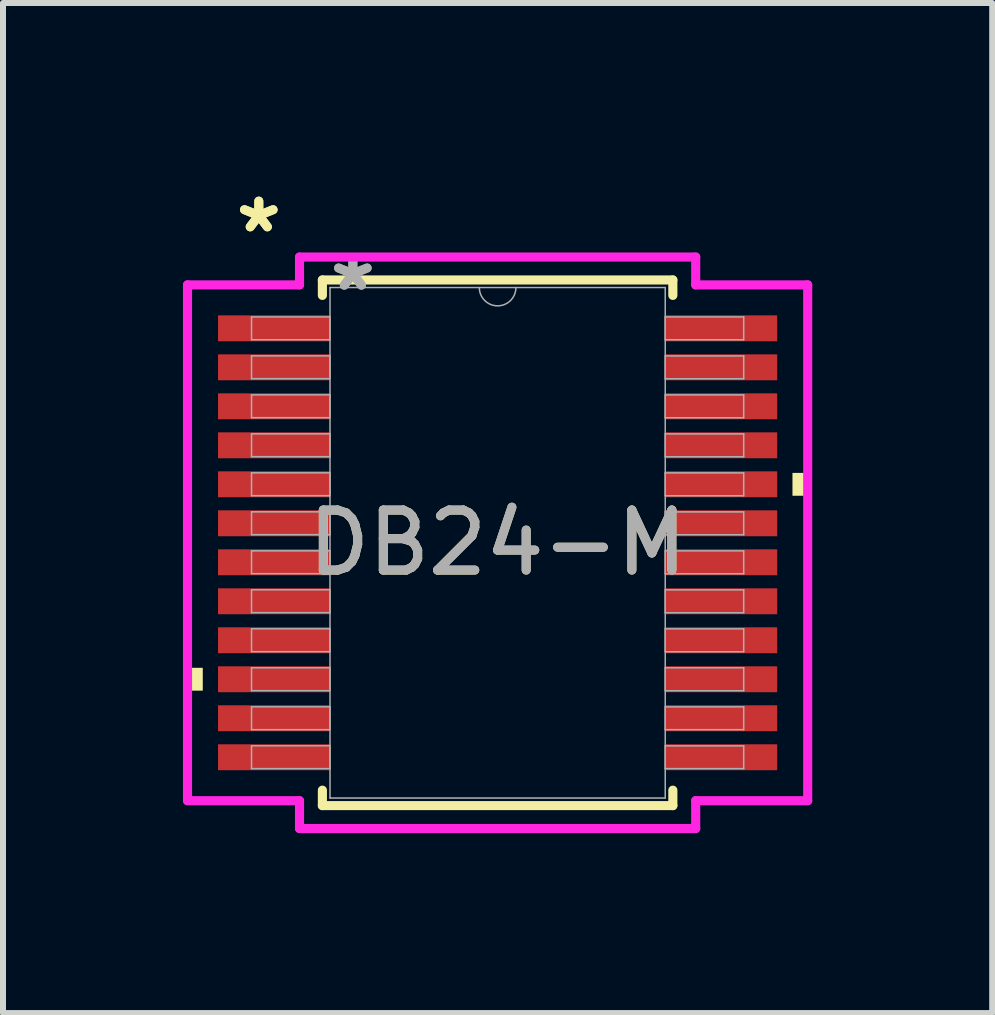
<source format=kicad_pcb>
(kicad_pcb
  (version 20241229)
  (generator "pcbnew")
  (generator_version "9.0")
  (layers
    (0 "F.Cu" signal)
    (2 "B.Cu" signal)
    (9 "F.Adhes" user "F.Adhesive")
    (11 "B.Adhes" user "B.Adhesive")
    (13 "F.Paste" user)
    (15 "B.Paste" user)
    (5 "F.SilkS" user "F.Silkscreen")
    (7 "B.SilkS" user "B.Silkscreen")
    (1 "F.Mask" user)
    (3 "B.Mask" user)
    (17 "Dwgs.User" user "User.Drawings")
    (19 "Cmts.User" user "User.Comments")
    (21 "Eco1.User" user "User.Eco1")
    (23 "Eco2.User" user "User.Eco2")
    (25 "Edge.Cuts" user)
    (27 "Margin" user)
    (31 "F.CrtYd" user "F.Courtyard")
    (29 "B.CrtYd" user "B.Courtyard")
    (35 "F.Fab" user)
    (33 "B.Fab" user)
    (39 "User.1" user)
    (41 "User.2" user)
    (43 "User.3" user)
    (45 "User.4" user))
  (footprint "DB24-M"
    (layer "F.Cu")
    (at 5.245 5.998)
    (property "Reference" "DB24-M" (at 0 0 0) (unlocked yes) (layer "F.SilkS") (effects (font (size 1 1) (thickness 0.15))))
    (attr smd)
    (fp_line (start -2.921 -4.381) (end -2.921 -4.124) (stroke (width 0.152) (type solid)) (layer "F.SilkS"))
    (fp_line (start -2.921 4.124) (end -2.921 4.381) (stroke (width 0.152) (type solid)) (layer "F.SilkS"))
    (fp_line (start -2.921 4.381) (end 2.921 4.381) (stroke (width 0.152) (type solid)) (layer "F.SilkS"))
    (fp_line (start 2.921 -4.381) (end -2.921 -4.381) (stroke (width 0.152) (type solid)) (layer "F.SilkS"))
    (fp_line (start 2.921 -4.124) (end 2.921 -4.381) (stroke (width 0.152) (type solid)) (layer "F.SilkS"))
    (fp_line (start 2.921 4.381) (end 2.921 4.124) (stroke (width 0.152) (type solid)) (layer "F.SilkS"))
    (fp_poly (pts (xy -5.169 2.084) (xy -5.169 2.465) (xy -4.915 2.465) (xy -4.915 2.084)) (stroke (width 0) (type solid)) (fill yes) (layer "F.SilkS"))
    (fp_poly (pts (xy 5.169 -1.165) (xy 5.169 -0.784) (xy 4.915 -0.784) (xy 4.915 -1.165)) (stroke (width 0) (type solid)) (fill yes) (layer "F.SilkS"))
    (fp_line (start -5.169 -4.299) (end -3.302 -4.299) (stroke (width 0.152) (type solid)) (layer "F.CrtYd"))
    (fp_line (start -5.169 4.299) (end -5.169 -4.299) (stroke (width 0.152) (type solid)) (layer "F.CrtYd"))
    (fp_line (start -5.169 4.299) (end -3.302 4.299) (stroke (width 0.152) (type solid)) (layer "F.CrtYd"))
    (fp_line (start -3.302 -4.763) (end 3.302 -4.763) (stroke (width 0.152) (type solid)) (layer "F.CrtYd"))
    (fp_line (start -3.302 -4.299) (end -3.302 -4.763) (stroke (width 0.152) (type solid)) (layer "F.CrtYd"))
    (fp_line (start -3.302 4.763) (end -3.302 4.299) (stroke (width 0.152) (type solid)) (layer "F.CrtYd"))
    (fp_line (start 3.302 -4.763) (end 3.302 -4.299) (stroke (width 0.152) (type solid)) (layer "F.CrtYd"))
    (fp_line (start 3.302 4.299) (end 3.302 4.763) (stroke (width 0.152) (type solid)) (layer "F.CrtYd"))
    (fp_line (start 3.302 4.763) (end -3.302 4.763) (stroke (width 0.152) (type solid)) (layer "F.CrtYd"))
    (fp_line (start 5.169 -4.299) (end 3.302 -4.299) (stroke (width 0.152) (type solid)) (layer "F.CrtYd"))
    (fp_line (start 5.169 -4.299) (end 5.169 4.299) (stroke (width 0.152) (type solid)) (layer "F.CrtYd"))
    (fp_line (start 5.169 4.299) (end 3.302 4.299) (stroke (width 0.152) (type solid)) (layer "F.CrtYd"))
    (fp_line (start -4.102 -3.765) (end -4.102 -3.385) (stroke (width 0.025) (type solid)) (layer "F.Fab"))
    (fp_line (start -4.102 -3.385) (end -2.794 -3.385) (stroke (width 0.025) (type solid)) (layer "F.Fab"))
    (fp_line (start -4.102 -3.116) (end -4.102 -2.735) (stroke (width 0.025) (type solid)) (layer "F.Fab"))
    (fp_line (start -4.102 -2.735) (end -2.794 -2.735) (stroke (width 0.025) (type solid)) (layer "F.Fab"))
    (fp_line (start -4.102 -2.466) (end -4.102 -2.085) (stroke (width 0.025) (type solid)) (layer "F.Fab"))
    (fp_line (start -4.102 -2.085) (end -2.794 -2.085) (stroke (width 0.025) (type solid)) (layer "F.Fab"))
    (fp_line (start -4.102 -1.816) (end -4.102 -1.435) (stroke (width 0.025) (type solid)) (layer "F.Fab"))
    (fp_line (start -4.102 -1.435) (end -2.794 -1.435) (stroke (width 0.025) (type solid)) (layer "F.Fab"))
    (fp_line (start -4.102 -1.166) (end -4.102 -0.785) (stroke (width 0.025) (type solid)) (layer "F.Fab"))
    (fp_line (start -4.102 -0.785) (end -2.794 -0.785) (stroke (width 0.025) (type solid)) (layer "F.Fab"))
    (fp_line (start -4.102 -0.516) (end -4.102 -0.135) (stroke (width 0.025) (type solid)) (layer "F.Fab"))
    (fp_line (start -4.102 -0.135) (end -2.794 -0.135) (stroke (width 0.025) (type solid)) (layer "F.Fab"))
    (fp_line (start -4.102 0.134) (end -4.102 0.515) (stroke (width 0.025) (type solid)) (layer "F.Fab"))
    (fp_line (start -4.102 0.515) (end -2.794 0.515) (stroke (width 0.025) (type solid)) (layer "F.Fab"))
    (fp_line (start -4.102 0.784) (end -4.102 1.165) (stroke (width 0.025) (type solid)) (layer "F.Fab"))
    (fp_line (start -4.102 1.165) (end -2.794 1.165) (stroke (width 0.025) (type solid)) (layer "F.Fab"))
    (fp_line (start -4.102 1.434) (end -4.102 1.815) (stroke (width 0.025) (type solid)) (layer "F.Fab"))
    (fp_line (start -4.102 1.815) (end -2.794 1.815) (stroke (width 0.025) (type solid)) (layer "F.Fab"))
    (fp_line (start -4.102 2.084) (end -4.102 2.465) (stroke (width 0.025) (type solid)) (layer "F.Fab"))
    (fp_line (start -4.102 2.465) (end -2.794 2.465) (stroke (width 0.025) (type solid)) (layer "F.Fab"))
    (fp_line (start -4.102 2.734) (end -4.102 3.115) (stroke (width 0.025) (type solid)) (layer "F.Fab"))
    (fp_line (start -4.102 3.115) (end -2.794 3.115) (stroke (width 0.025) (type solid)) (layer "F.Fab"))
    (fp_line (start -4.102 3.384) (end -4.102 3.765) (stroke (width 0.025) (type solid)) (layer "F.Fab"))
    (fp_line (start -4.102 3.765) (end -2.794 3.765) (stroke (width 0.025) (type solid)) (layer "F.Fab"))
    (fp_line (start -2.794 -4.255) (end -2.794 4.255) (stroke (width 0.025) (type solid)) (layer "F.Fab"))
    (fp_line (start -2.794 -3.765) (end -4.102 -3.765) (stroke (width 0.025) (type solid)) (layer "F.Fab"))
    (fp_line (start -2.794 -3.385) (end -2.794 -3.765) (stroke (width 0.025) (type solid)) (layer "F.Fab"))
    (fp_line (start -2.794 -3.116) (end -4.102 -3.116) (stroke (width 0.025) (type solid)) (layer "F.Fab"))
    (fp_line (start -2.794 -2.735) (end -2.794 -3.116) (stroke (width 0.025) (type solid)) (layer "F.Fab"))
    (fp_line (start -2.794 -2.466) (end -4.102 -2.466) (stroke (width 0.025) (type solid)) (layer "F.Fab"))
    (fp_line (start -2.794 -2.085) (end -2.794 -2.466) (stroke (width 0.025) (type solid)) (layer "F.Fab"))
    (fp_line (start -2.794 -1.816) (end -4.102 -1.816) (stroke (width 0.025) (type solid)) (layer "F.Fab"))
    (fp_line (start -2.794 -1.435) (end -2.794 -1.816) (stroke (width 0.025) (type solid)) (layer "F.Fab"))
    (fp_line (start -2.794 -1.166) (end -4.102 -1.166) (stroke (width 0.025) (type solid)) (layer "F.Fab"))
    (fp_line (start -2.794 -0.785) (end -2.794 -1.166) (stroke (width 0.025) (type solid)) (layer "F.Fab"))
    (fp_line (start -2.794 -0.516) (end -4.102 -0.516) (stroke (width 0.025) (type solid)) (layer "F.Fab"))
    (fp_line (start -2.794 -0.135) (end -2.794 -0.516) (stroke (width 0.025) (type solid)) (layer "F.Fab"))
    (fp_line (start -2.794 0.134) (end -4.102 0.134) (stroke (width 0.025) (type solid)) (layer "F.Fab"))
    (fp_line (start -2.794 0.515) (end -2.794 0.134) (stroke (width 0.025) (type solid)) (layer "F.Fab"))
    (fp_line (start -2.794 0.784) (end -4.102 0.784) (stroke (width 0.025) (type solid)) (layer "F.Fab"))
    (fp_line (start -2.794 1.165) (end -2.794 0.784) (stroke (width 0.025) (type solid)) (layer "F.Fab"))
    (fp_line (start -2.794 1.434) (end -4.102 1.434) (stroke (width 0.025) (type solid)) (layer "F.Fab"))
    (fp_line (start -2.794 1.815) (end -2.794 1.434) (stroke (width 0.025) (type solid)) (layer "F.Fab"))
    (fp_line (start -2.794 2.084) (end -4.102 2.084) (stroke (width 0.025) (type solid)) (layer "F.Fab"))
    (fp_line (start -2.794 2.465) (end -2.794 2.084) (stroke (width 0.025) (type solid)) (layer "F.Fab"))
    (fp_line (start -2.794 2.734) (end -4.102 2.734) (stroke (width 0.025) (type solid)) (layer "F.Fab"))
    (fp_line (start -2.794 3.115) (end -2.794 2.734) (stroke (width 0.025) (type solid)) (layer "F.Fab"))
    (fp_line (start -2.794 3.384) (end -4.102 3.384) (stroke (width 0.025) (type solid)) (layer "F.Fab"))
    (fp_line (start -2.794 3.765) (end -2.794 3.384) (stroke (width 0.025) (type solid)) (layer "F.Fab"))
    (fp_line (start -2.794 4.255) (end 2.794 4.255) (stroke (width 0.025) (type solid)) (layer "F.Fab"))
    (fp_line (start 2.794 -4.255) (end -2.794 -4.255) (stroke (width 0.025) (type solid)) (layer "F.Fab"))
    (fp_line (start 2.794 -3.765) (end 2.794 -3.384) (stroke (width 0.025) (type solid)) (layer "F.Fab"))
    (fp_line (start 2.794 -3.384) (end 4.102 -3.384) (stroke (width 0.025) (type solid)) (layer "F.Fab"))
    (fp_line (start 2.794 -3.115) (end 2.794 -2.734) (stroke (width 0.025) (type solid)) (layer "F.Fab"))
    (fp_line (start 2.794 -2.734) (end 4.102 -2.734) (stroke (width 0.025) (type solid)) (layer "F.Fab"))
    (fp_line (start 2.794 -2.465) (end 2.794 -2.084) (stroke (width 0.025) (type solid)) (layer "F.Fab"))
    (fp_line (start 2.794 -2.084) (end 4.102 -2.084) (stroke (width 0.025) (type solid)) (layer "F.Fab"))
    (fp_line (start 2.794 -1.815) (end 2.794 -1.434) (stroke (width 0.025) (type solid)) (layer "F.Fab"))
    (fp_line (start 2.794 -1.434) (end 4.102 -1.434) (stroke (width 0.025) (type solid)) (layer "F.Fab"))
    (fp_line (start 2.794 -1.165) (end 2.794 -0.784) (stroke (width 0.025) (type solid)) (layer "F.Fab"))
    (fp_line (start 2.794 -0.784) (end 4.102 -0.784) (stroke (width 0.025) (type solid)) (layer "F.Fab"))
    (fp_line (start 2.794 -0.515) (end 2.794 -0.134) (stroke (width 0.025) (type solid)) (layer "F.Fab"))
    (fp_line (start 2.794 -0.134) (end 4.102 -0.134) (stroke (width 0.025) (type solid)) (layer "F.Fab"))
    (fp_line (start 2.794 0.135) (end 2.794 0.516) (stroke (width 0.025) (type solid)) (layer "F.Fab"))
    (fp_line (start 2.794 0.516) (end 4.102 0.516) (stroke (width 0.025) (type solid)) (layer "F.Fab"))
    (fp_line (start 2.794 0.785) (end 2.794 1.166) (stroke (width 0.025) (type solid)) (layer "F.Fab"))
    (fp_line (start 2.794 1.166) (end 4.102 1.166) (stroke (width 0.025) (type solid)) (layer "F.Fab"))
    (fp_line (start 2.794 1.435) (end 2.794 1.816) (stroke (width 0.025) (type solid)) (layer "F.Fab"))
    (fp_line (start 2.794 1.816) (end 4.102 1.816) (stroke (width 0.025) (type solid)) (layer "F.Fab"))
    (fp_line (start 2.794 2.084) (end 2.794 2.466) (stroke (width 0.025) (type solid)) (layer "F.Fab"))
    (fp_line (start 2.794 2.466) (end 4.102 2.466) (stroke (width 0.025) (type solid)) (layer "F.Fab"))
    (fp_line (start 2.794 2.735) (end 2.794 3.115) (stroke (width 0.025) (type solid)) (layer "F.Fab"))
    (fp_line (start 2.794 3.115) (end 4.102 3.115) (stroke (width 0.025) (type solid)) (layer "F.Fab"))
    (fp_line (start 2.794 3.385) (end 2.794 3.765) (stroke (width 0.025) (type solid)) (layer "F.Fab"))
    (fp_line (start 2.794 3.765) (end 4.102 3.765) (stroke (width 0.025) (type solid)) (layer "F.Fab"))
    (fp_line (start 2.794 4.255) (end 2.794 -4.255) (stroke (width 0.025) (type solid)) (layer "F.Fab"))
    (fp_line (start 4.102 -3.765) (end 2.794 -3.765) (stroke (width 0.025) (type solid)) (layer "F.Fab"))
    (fp_line (start 4.102 -3.384) (end 4.102 -3.765) (stroke (width 0.025) (type solid)) (layer "F.Fab"))
    (fp_line (start 4.102 -3.115) (end 2.794 -3.115) (stroke (width 0.025) (type solid)) (layer "F.Fab"))
    (fp_line (start 4.102 -2.734) (end 4.102 -3.115) (stroke (width 0.025) (type solid)) (layer "F.Fab"))
    (fp_line (start 4.102 -2.465) (end 2.794 -2.465) (stroke (width 0.025) (type solid)) (layer "F.Fab"))
    (fp_line (start 4.102 -2.084) (end 4.102 -2.465) (stroke (width 0.025) (type solid)) (layer "F.Fab"))
    (fp_line (start 4.102 -1.815) (end 2.794 -1.815) (stroke (width 0.025) (type solid)) (layer "F.Fab"))
    (fp_line (start 4.102 -1.434) (end 4.102 -1.815) (stroke (width 0.025) (type solid)) (layer "F.Fab"))
    (fp_line (start 4.102 -1.165) (end 2.794 -1.165) (stroke (width 0.025) (type solid)) (layer "F.Fab"))
    (fp_line (start 4.102 -0.784) (end 4.102 -1.165) (stroke (width 0.025) (type solid)) (layer "F.Fab"))
    (fp_line (start 4.102 -0.515) (end 2.794 -0.515) (stroke (width 0.025) (type solid)) (layer "F.Fab"))
    (fp_line (start 4.102 -0.134) (end 4.102 -0.515) (stroke (width 0.025) (type solid)) (layer "F.Fab"))
    (fp_line (start 4.102 0.135) (end 2.794 0.135) (stroke (width 0.025) (type solid)) (layer "F.Fab"))
    (fp_line (start 4.102 0.516) (end 4.102 0.135) (stroke (width 0.025) (type solid)) (layer "F.Fab"))
    (fp_line (start 4.102 0.785) (end 2.794 0.785) (stroke (width 0.025) (type solid)) (layer "F.Fab"))
    (fp_line (start 4.102 1.166) (end 4.102 0.785) (stroke (width 0.025) (type solid)) (layer "F.Fab"))
    (fp_line (start 4.102 1.435) (end 2.794 1.435) (stroke (width 0.025) (type solid)) (layer "F.Fab"))
    (fp_line (start 4.102 1.816) (end 4.102 1.435) (stroke (width 0.025) (type solid)) (layer "F.Fab"))
    (fp_line (start 4.102 2.084) (end 2.794 2.084) (stroke (width 0.025) (type solid)) (layer "F.Fab"))
    (fp_line (start 4.102 2.466) (end 4.102 2.084) (stroke (width 0.025) (type solid)) (layer "F.Fab"))
    (fp_line (start 4.102 2.735) (end 2.794 2.735) (stroke (width 0.025) (type solid)) (layer "F.Fab"))
    (fp_line (start 4.102 3.115) (end 4.102 2.735) (stroke (width 0.025) (type solid)) (layer "F.Fab"))
    (fp_line (start 4.102 3.385) (end 2.794 3.385) (stroke (width 0.025) (type solid)) (layer "F.Fab"))
    (fp_line (start 4.102 3.765) (end 4.102 3.385) (stroke (width 0.025) (type solid)) (layer "F.Fab"))
    (fp_arc (start 0.3048 -4.2545) (mid 0 -3.9497) (end -0.3048 -4.2545) (stroke (width 0.0254) (type solid)) (layer "F.Fab"))
    (fp_text user "*" (at -3.981 -5.15 0) (layer "F.SilkS") (effects (font (size 1 1) (thickness 0.15))))
    (fp_text user "*" (at -3.981 -5.15 0) (unlocked yes) (layer "F.SilkS") (effects (font (size 1 1) (thickness 0.15))))
    (fp_text user "*" (at -2.413 -4.178 0) (layer "F.Fab") (effects (font (size 1 1) (thickness 0.15))))
    (fp_text user "${REFERENCE}" (at 0 0 0) (unlocked yes) (layer "F.Fab") (effects (font (size 1 1) (thickness 0.15))))
    (fp_text user "*" (at -2.413 -4.178 0) (unlocked yes) (layer "F.Fab") (effects (font (size 1 1) (thickness 0.15))))
    (pad "1" smd rect (at -3.727 -3.575) (size 1.867 0.432) (layers "F.Cu" "F.Mask" "F.Paste"))
    (pad "2" smd rect (at -3.727 -2.925) (size 1.867 0.432) (layers "F.Cu" "F.Mask" "F.Paste"))
    (pad "3" smd rect (at -3.727 -2.275) (size 1.867 0.432) (layers "F.Cu" "F.Mask" "F.Paste"))
    (pad "4" smd rect (at -3.727 -1.625) (size 1.867 0.432) (layers "F.Cu" "F.Mask" "F.Paste"))
    (pad "5" smd rect (at -3.727 -0.975) (size 1.867 0.432) (layers "F.Cu" "F.Mask" "F.Paste"))
    (pad "6" smd rect (at -3.727 -0.325) (size 1.867 0.432) (layers "F.Cu" "F.Mask" "F.Paste"))
    (pad "7" smd rect (at -3.727 0.325) (size 1.867 0.432) (layers "F.Cu" "F.Mask" "F.Paste"))
    (pad "8" smd rect (at -3.727 0.975) (size 1.867 0.432) (layers "F.Cu" "F.Mask" "F.Paste"))
    (pad "9" smd rect (at -3.727 1.625) (size 1.867 0.432) (layers "F.Cu" "F.Mask" "F.Paste"))
    (pad "10" smd rect (at -3.727 2.275) (size 1.867 0.432) (layers "F.Cu" "F.Mask" "F.Paste"))
    (pad "11" smd rect (at -3.727 2.925) (size 1.867 0.432) (layers "F.Cu" "F.Mask" "F.Paste"))
    (pad "12" smd rect (at -3.727 3.575) (size 1.867 0.432) (layers "F.Cu" "F.Mask" "F.Paste"))
    (pad "13" smd rect (at 3.727 3.575) (size 1.867 0.432) (layers "F.Cu" "F.Mask" "F.Paste"))
    (pad "14" smd rect (at 3.727 2.925) (size 1.867 0.432) (layers "F.Cu" "F.Mask" "F.Paste"))
    (pad "15" smd rect (at 3.727 2.275) (size 1.867 0.432) (layers "F.Cu" "F.Mask" "F.Paste"))
    (pad "16" smd rect (at 3.727 1.625) (size 1.867 0.432) (layers "F.Cu" "F.Mask" "F.Paste"))
    (pad "17" smd rect (at 3.727 0.975) (size 1.867 0.432) (layers "F.Cu" "F.Mask" "F.Paste"))
    (pad "18" smd rect (at 3.727 0.325) (size 1.867 0.432) (layers "F.Cu" "F.Mask" "F.Paste"))
    (pad "19" smd rect (at 3.727 -0.325) (size 1.867 0.432) (layers "F.Cu" "F.Mask" "F.Paste"))
    (pad "20" smd rect (at 3.727 -0.975) (size 1.867 0.432) (layers "F.Cu" "F.Mask" "F.Paste"))
    (pad "21" smd rect (at 3.727 -1.625) (size 1.867 0.432) (layers "F.Cu" "F.Mask" "F.Paste"))
    (pad "22" smd rect (at 3.727 -2.275) (size 1.867 0.432) (layers "F.Cu" "F.Mask" "F.Paste"))
    (pad "23" smd rect (at 3.727 -2.925) (size 1.867 0.432) (layers "F.Cu" "F.Mask" "F.Paste"))
    (pad "24" smd rect (at 3.727 -3.575) (size 1.867 0.432) (layers "F.Cu" "F.Mask" "F.Paste")))
  (gr_rect
    (start -3 -3)
    (end 13.49 13.837)
    (stroke (width 0.1) (type default))
    (fill no)
    (layer "Edge.Cuts")))
</source>
